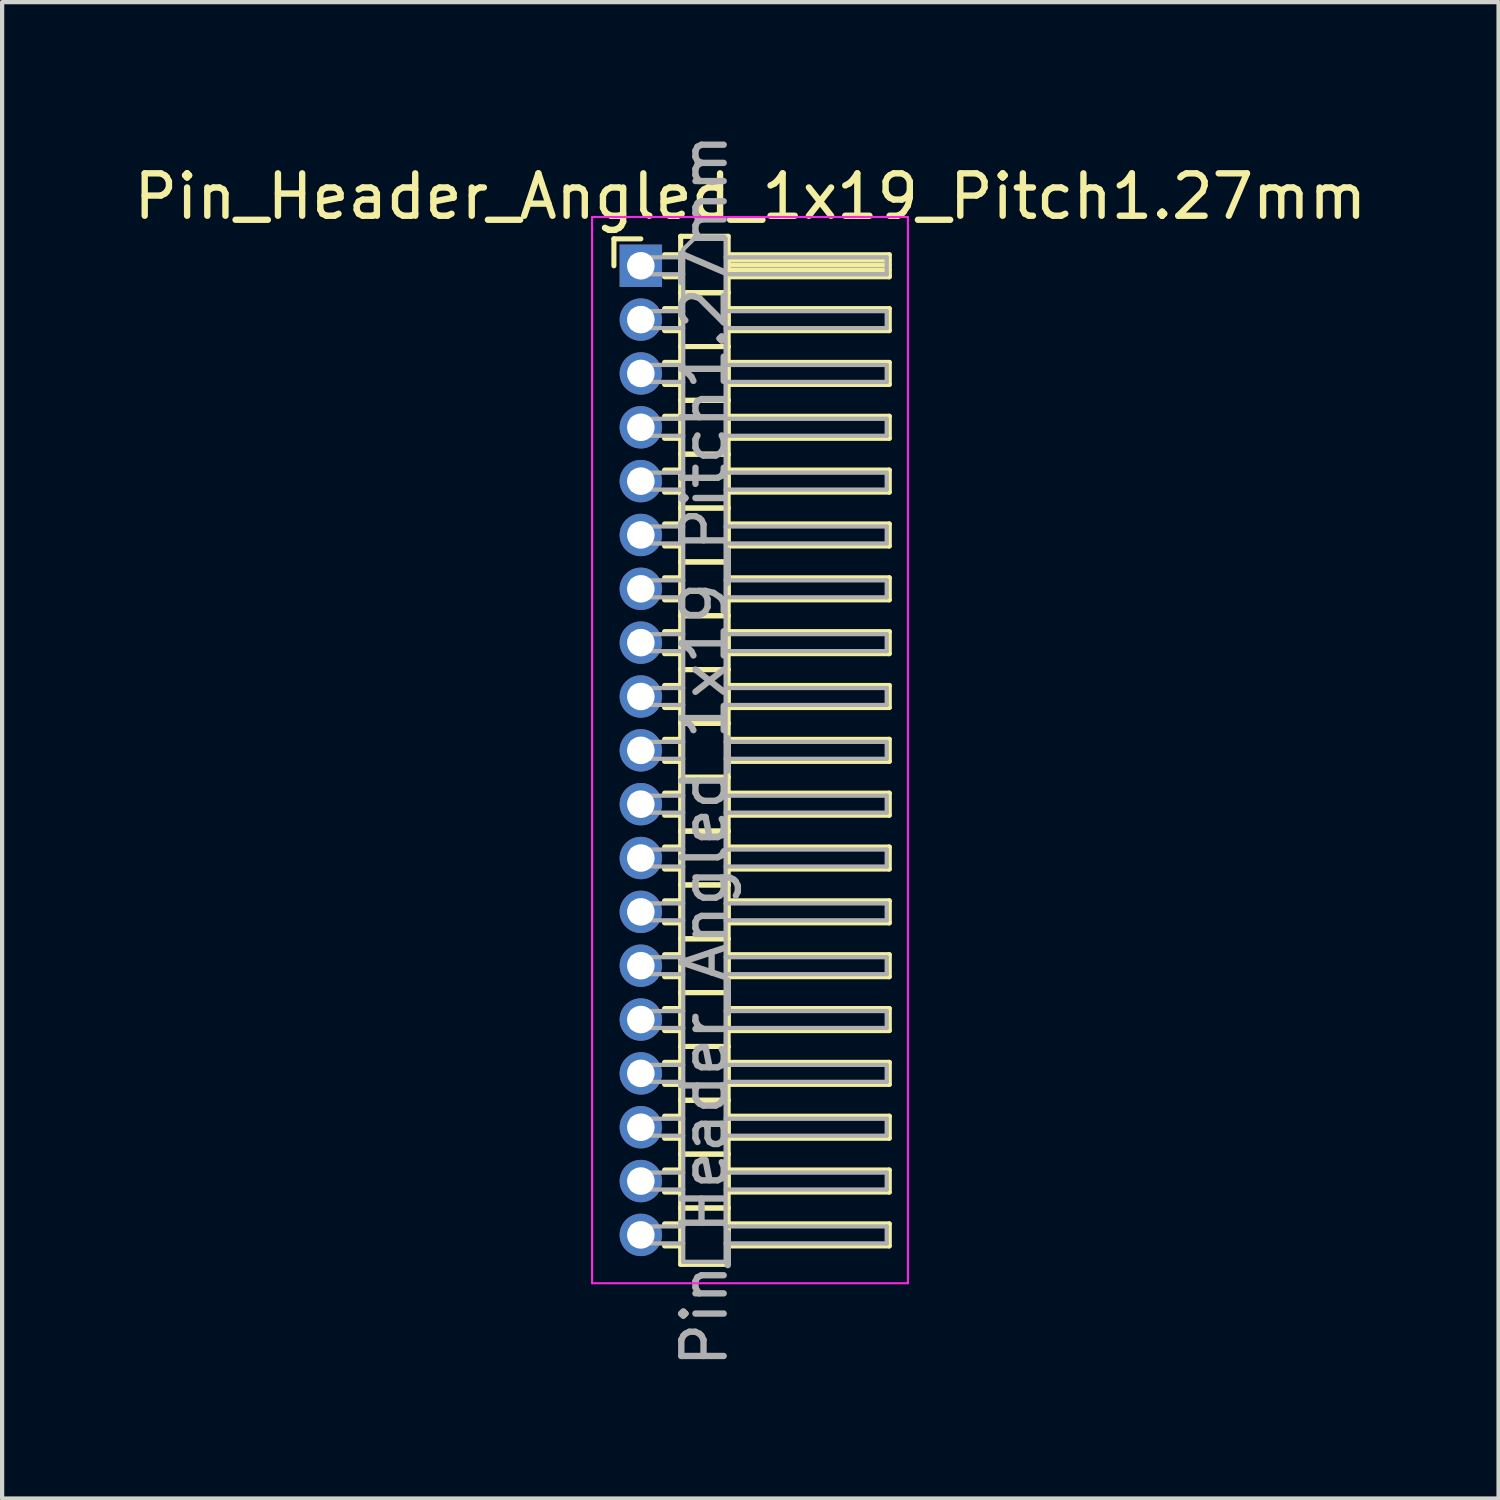
<source format=kicad_pcb>
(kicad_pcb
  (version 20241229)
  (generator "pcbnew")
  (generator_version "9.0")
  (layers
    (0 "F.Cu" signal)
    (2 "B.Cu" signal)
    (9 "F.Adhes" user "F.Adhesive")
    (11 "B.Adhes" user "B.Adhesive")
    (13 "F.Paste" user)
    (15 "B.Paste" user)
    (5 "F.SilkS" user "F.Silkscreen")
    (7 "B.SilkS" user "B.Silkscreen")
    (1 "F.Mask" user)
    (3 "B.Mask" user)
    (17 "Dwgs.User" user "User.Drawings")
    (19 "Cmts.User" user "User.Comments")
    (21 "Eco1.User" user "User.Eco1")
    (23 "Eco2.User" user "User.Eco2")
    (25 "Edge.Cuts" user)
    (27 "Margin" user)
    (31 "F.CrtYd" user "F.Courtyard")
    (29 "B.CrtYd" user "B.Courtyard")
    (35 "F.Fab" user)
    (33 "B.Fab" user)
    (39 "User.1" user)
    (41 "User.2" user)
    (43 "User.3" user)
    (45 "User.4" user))
  (footprint "Pin_Header_Angled_1x19_Pitch1.27mm"
    (layer "F.Cu")
    (at 12.066 3.219)
    (property "Reference" "Pin_Header_Angled_1x19_Pitch1.27mm" (at 2.583 -1.635 0) (layer "F.SilkS") (effects (font (size 1 1) (thickness 0.15))))
    (attr through_hole)
    (fp_line (start -0.635 -0.635) (end 0 -0.635) (stroke (width 0.12) (type solid)) (layer "F.SilkS"))
    (fp_line (start -0.635 0) (end -0.635 -0.635) (stroke (width 0.12) (type solid)) (layer "F.SilkS"))
    (fp_line (start 0.56 -0.26) (end 0.94 -0.26) (stroke (width 0.12) (type solid)) (layer "F.SilkS"))
    (fp_line (start 0.56 0.26) (end 0.94 0.26) (stroke (width 0.12) (type solid)) (layer "F.SilkS"))
    (fp_line (start 0.56 1.01) (end 0.94 1.01) (stroke (width 0.12) (type solid)) (layer "F.SilkS"))
    (fp_line (start 0.56 1.53) (end 0.94 1.53) (stroke (width 0.12) (type solid)) (layer "F.SilkS"))
    (fp_line (start 0.56 2.28) (end 0.94 2.28) (stroke (width 0.12) (type solid)) (layer "F.SilkS"))
    (fp_line (start 0.56 2.8) (end 0.94 2.8) (stroke (width 0.12) (type solid)) (layer "F.SilkS"))
    (fp_line (start 0.56 3.55) (end 0.94 3.55) (stroke (width 0.12) (type solid)) (layer "F.SilkS"))
    (fp_line (start 0.56 4.07) (end 0.94 4.07) (stroke (width 0.12) (type solid)) (layer "F.SilkS"))
    (fp_line (start 0.56 4.82) (end 0.94 4.82) (stroke (width 0.12) (type solid)) (layer "F.SilkS"))
    (fp_line (start 0.56 5.34) (end 0.94 5.34) (stroke (width 0.12) (type solid)) (layer "F.SilkS"))
    (fp_line (start 0.56 6.09) (end 0.94 6.09) (stroke (width 0.12) (type solid)) (layer "F.SilkS"))
    (fp_line (start 0.56 6.61) (end 0.94 6.61) (stroke (width 0.12) (type solid)) (layer "F.SilkS"))
    (fp_line (start 0.56 7.36) (end 0.94 7.36) (stroke (width 0.12) (type solid)) (layer "F.SilkS"))
    (fp_line (start 0.56 7.88) (end 0.94 7.88) (stroke (width 0.12) (type solid)) (layer "F.SilkS"))
    (fp_line (start 0.56 8.63) (end 0.94 8.63) (stroke (width 0.12) (type solid)) (layer "F.SilkS"))
    (fp_line (start 0.56 9.15) (end 0.94 9.15) (stroke (width 0.12) (type solid)) (layer "F.SilkS"))
    (fp_line (start 0.56 9.9) (end 0.94 9.9) (stroke (width 0.12) (type solid)) (layer "F.SilkS"))
    (fp_line (start 0.56 10.42) (end 0.94 10.42) (stroke (width 0.12) (type solid)) (layer "F.SilkS"))
    (fp_line (start 0.56 11.17) (end 0.94 11.17) (stroke (width 0.12) (type solid)) (layer "F.SilkS"))
    (fp_line (start 0.56 11.69) (end 0.94 11.69) (stroke (width 0.12) (type solid)) (layer "F.SilkS"))
    (fp_line (start 0.56 12.44) (end 0.94 12.44) (stroke (width 0.12) (type solid)) (layer "F.SilkS"))
    (fp_line (start 0.56 12.96) (end 0.94 12.96) (stroke (width 0.12) (type solid)) (layer "F.SilkS"))
    (fp_line (start 0.56 13.71) (end 0.94 13.71) (stroke (width 0.12) (type solid)) (layer "F.SilkS"))
    (fp_line (start 0.56 14.23) (end 0.94 14.23) (stroke (width 0.12) (type solid)) (layer "F.SilkS"))
    (fp_line (start 0.56 14.98) (end 0.94 14.98) (stroke (width 0.12) (type solid)) (layer "F.SilkS"))
    (fp_line (start 0.56 15.5) (end 0.94 15.5) (stroke (width 0.12) (type solid)) (layer "F.SilkS"))
    (fp_line (start 0.56 16.25) (end 0.94 16.25) (stroke (width 0.12) (type solid)) (layer "F.SilkS"))
    (fp_line (start 0.56 16.77) (end 0.94 16.77) (stroke (width 0.12) (type solid)) (layer "F.SilkS"))
    (fp_line (start 0.56 17.52) (end 0.94 17.52) (stroke (width 0.12) (type solid)) (layer "F.SilkS"))
    (fp_line (start 0.56 18.04) (end 0.94 18.04) (stroke (width 0.12) (type solid)) (layer "F.SilkS"))
    (fp_line (start 0.56 18.79) (end 0.94 18.79) (stroke (width 0.12) (type solid)) (layer "F.SilkS"))
    (fp_line (start 0.56 19.31) (end 0.94 19.31) (stroke (width 0.12) (type solid)) (layer "F.SilkS"))
    (fp_line (start 0.56 20.06) (end 0.94 20.06) (stroke (width 0.12) (type solid)) (layer "F.SilkS"))
    (fp_line (start 0.56 20.58) (end 0.94 20.58) (stroke (width 0.12) (type solid)) (layer "F.SilkS"))
    (fp_line (start 0.56 21.33) (end 0.94 21.33) (stroke (width 0.12) (type solid)) (layer "F.SilkS"))
    (fp_line (start 0.56 21.85) (end 0.94 21.85) (stroke (width 0.12) (type solid)) (layer "F.SilkS"))
    (fp_line (start 0.56 22.6) (end 0.94 22.6) (stroke (width 0.12) (type solid)) (layer "F.SilkS"))
    (fp_line (start 0.56 23.12) (end 0.94 23.12) (stroke (width 0.12) (type solid)) (layer "F.SilkS"))
    (fp_line (start 0.94 -0.695) (end 0.94 0.635) (stroke (width 0.12) (type solid)) (layer "F.SilkS"))
    (fp_line (start 0.94 0.635) (end 0.94 1.905) (stroke (width 0.12) (type solid)) (layer "F.SilkS"))
    (fp_line (start 0.94 0.635) (end 2.06 0.635) (stroke (width 0.12) (type solid)) (layer "F.SilkS"))
    (fp_line (start 0.94 1.905) (end 0.94 3.175) (stroke (width 0.12) (type solid)) (layer "F.SilkS"))
    (fp_line (start 0.94 1.905) (end 2.06 1.905) (stroke (width 0.12) (type solid)) (layer "F.SilkS"))
    (fp_line (start 0.94 3.175) (end 0.94 4.445) (stroke (width 0.12) (type solid)) (layer "F.SilkS"))
    (fp_line (start 0.94 3.175) (end 2.06 3.175) (stroke (width 0.12) (type solid)) (layer "F.SilkS"))
    (fp_line (start 0.94 4.445) (end 0.94 5.715) (stroke (width 0.12) (type solid)) (layer "F.SilkS"))
    (fp_line (start 0.94 4.445) (end 2.06 4.445) (stroke (width 0.12) (type solid)) (layer "F.SilkS"))
    (fp_line (start 0.94 5.715) (end 0.94 6.985) (stroke (width 0.12) (type solid)) (layer "F.SilkS"))
    (fp_line (start 0.94 5.715) (end 2.06 5.715) (stroke (width 0.12) (type solid)) (layer "F.SilkS"))
    (fp_line (start 0.94 6.985) (end 0.94 8.255) (stroke (width 0.12) (type solid)) (layer "F.SilkS"))
    (fp_line (start 0.94 6.985) (end 2.06 6.985) (stroke (width 0.12) (type solid)) (layer "F.SilkS"))
    (fp_line (start 0.94 8.255) (end 0.94 9.525) (stroke (width 0.12) (type solid)) (layer "F.SilkS"))
    (fp_line (start 0.94 8.255) (end 2.06 8.255) (stroke (width 0.12) (type solid)) (layer "F.SilkS"))
    (fp_line (start 0.94 9.525) (end 0.94 10.795) (stroke (width 0.12) (type solid)) (layer "F.SilkS"))
    (fp_line (start 0.94 9.525) (end 2.06 9.525) (stroke (width 0.12) (type solid)) (layer "F.SilkS"))
    (fp_line (start 0.94 10.795) (end 0.94 12.065) (stroke (width 0.12) (type solid)) (layer "F.SilkS"))
    (fp_line (start 0.94 10.795) (end 2.06 10.795) (stroke (width 0.12) (type solid)) (layer "F.SilkS"))
    (fp_line (start 0.94 12.065) (end 0.94 13.335) (stroke (width 0.12) (type solid)) (layer "F.SilkS"))
    (fp_line (start 0.94 12.065) (end 2.06 12.065) (stroke (width 0.12) (type solid)) (layer "F.SilkS"))
    (fp_line (start 0.94 13.335) (end 0.94 14.605) (stroke (width 0.12) (type solid)) (layer "F.SilkS"))
    (fp_line (start 0.94 13.335) (end 2.06 13.335) (stroke (width 0.12) (type solid)) (layer "F.SilkS"))
    (fp_line (start 0.94 14.605) (end 0.94 15.875) (stroke (width 0.12) (type solid)) (layer "F.SilkS"))
    (fp_line (start 0.94 14.605) (end 2.06 14.605) (stroke (width 0.12) (type solid)) (layer "F.SilkS"))
    (fp_line (start 0.94 15.875) (end 0.94 17.145) (stroke (width 0.12) (type solid)) (layer "F.SilkS"))
    (fp_line (start 0.94 15.875) (end 2.06 15.875) (stroke (width 0.12) (type solid)) (layer "F.SilkS"))
    (fp_line (start 0.94 17.145) (end 0.94 18.415) (stroke (width 0.12) (type solid)) (layer "F.SilkS"))
    (fp_line (start 0.94 17.145) (end 2.06 17.145) (stroke (width 0.12) (type solid)) (layer "F.SilkS"))
    (fp_line (start 0.94 18.415) (end 0.94 19.685) (stroke (width 0.12) (type solid)) (layer "F.SilkS"))
    (fp_line (start 0.94 18.415) (end 2.06 18.415) (stroke (width 0.12) (type solid)) (layer "F.SilkS"))
    (fp_line (start 0.94 19.685) (end 0.94 20.955) (stroke (width 0.12) (type solid)) (layer "F.SilkS"))
    (fp_line (start 0.94 19.685) (end 2.06 19.685) (stroke (width 0.12) (type solid)) (layer "F.SilkS"))
    (fp_line (start 0.94 20.955) (end 0.94 22.225) (stroke (width 0.12) (type solid)) (layer "F.SilkS"))
    (fp_line (start 0.94 20.955) (end 2.06 20.955) (stroke (width 0.12) (type solid)) (layer "F.SilkS"))
    (fp_line (start 0.94 22.225) (end 0.94 23.555) (stroke (width 0.12) (type solid)) (layer "F.SilkS"))
    (fp_line (start 0.94 22.225) (end 2.06 22.225) (stroke (width 0.12) (type solid)) (layer "F.SilkS"))
    (fp_line (start 0.94 23.555) (end 2.06 23.555) (stroke (width 0.12) (type solid)) (layer "F.SilkS"))
    (fp_line (start 2.06 -0.695) (end 0.94 -0.695) (stroke (width 0.12) (type solid)) (layer "F.SilkS"))
    (fp_line (start 2.06 -0.26) (end 2.06 0.26) (stroke (width 0.12) (type solid)) (layer "F.SilkS"))
    (fp_line (start 2.06 -0.14) (end 5.86 -0.14) (stroke (width 0.12) (type solid)) (layer "F.SilkS"))
    (fp_line (start 2.06 -0.02) (end 5.86 -0.02) (stroke (width 0.12) (type solid)) (layer "F.SilkS"))
    (fp_line (start 2.06 0.1) (end 5.86 0.1) (stroke (width 0.12) (type solid)) (layer "F.SilkS"))
    (fp_line (start 2.06 0.22) (end 5.86 0.22) (stroke (width 0.12) (type solid)) (layer "F.SilkS"))
    (fp_line (start 2.06 0.26) (end 5.86 0.26) (stroke (width 0.12) (type solid)) (layer "F.SilkS"))
    (fp_line (start 2.06 0.635) (end 0.94 0.635) (stroke (width 0.12) (type solid)) (layer "F.SilkS"))
    (fp_line (start 2.06 0.635) (end 2.06 -0.695) (stroke (width 0.12) (type solid)) (layer "F.SilkS"))
    (fp_line (start 2.06 1.01) (end 2.06 1.53) (stroke (width 0.12) (type solid)) (layer "F.SilkS"))
    (fp_line (start 2.06 1.53) (end 5.86 1.53) (stroke (width 0.12) (type solid)) (layer "F.SilkS"))
    (fp_line (start 2.06 1.905) (end 0.94 1.905) (stroke (width 0.12) (type solid)) (layer "F.SilkS"))
    (fp_line (start 2.06 1.905) (end 2.06 0.635) (stroke (width 0.12) (type solid)) (layer "F.SilkS"))
    (fp_line (start 2.06 2.28) (end 2.06 2.8) (stroke (width 0.12) (type solid)) (layer "F.SilkS"))
    (fp_line (start 2.06 2.8) (end 5.86 2.8) (stroke (width 0.12) (type solid)) (layer "F.SilkS"))
    (fp_line (start 2.06 3.175) (end 0.94 3.175) (stroke (width 0.12) (type solid)) (layer "F.SilkS"))
    (fp_line (start 2.06 3.175) (end 2.06 1.905) (stroke (width 0.12) (type solid)) (layer "F.SilkS"))
    (fp_line (start 2.06 3.55) (end 2.06 4.07) (stroke (width 0.12) (type solid)) (layer "F.SilkS"))
    (fp_line (start 2.06 4.07) (end 5.86 4.07) (stroke (width 0.12) (type solid)) (layer "F.SilkS"))
    (fp_line (start 2.06 4.445) (end 0.94 4.445) (stroke (width 0.12) (type solid)) (layer "F.SilkS"))
    (fp_line (start 2.06 4.445) (end 2.06 3.175) (stroke (width 0.12) (type solid)) (layer "F.SilkS"))
    (fp_line (start 2.06 4.82) (end 2.06 5.34) (stroke (width 0.12) (type solid)) (layer "F.SilkS"))
    (fp_line (start 2.06 5.34) (end 5.86 5.34) (stroke (width 0.12) (type solid)) (layer "F.SilkS"))
    (fp_line (start 2.06 5.715) (end 0.94 5.715) (stroke (width 0.12) (type solid)) (layer "F.SilkS"))
    (fp_line (start 2.06 5.715) (end 2.06 4.445) (stroke (width 0.12) (type solid)) (layer "F.SilkS"))
    (fp_line (start 2.06 6.09) (end 2.06 6.61) (stroke (width 0.12) (type solid)) (layer "F.SilkS"))
    (fp_line (start 2.06 6.61) (end 5.86 6.61) (stroke (width 0.12) (type solid)) (layer "F.SilkS"))
    (fp_line (start 2.06 6.985) (end 0.94 6.985) (stroke (width 0.12) (type solid)) (layer "F.SilkS"))
    (fp_line (start 2.06 6.985) (end 2.06 5.715) (stroke (width 0.12) (type solid)) (layer "F.SilkS"))
    (fp_line (start 2.06 7.36) (end 2.06 7.88) (stroke (width 0.12) (type solid)) (layer "F.SilkS"))
    (fp_line (start 2.06 7.88) (end 5.86 7.88) (stroke (width 0.12) (type solid)) (layer "F.SilkS"))
    (fp_line (start 2.06 8.255) (end 0.94 8.255) (stroke (width 0.12) (type solid)) (layer "F.SilkS"))
    (fp_line (start 2.06 8.255) (end 2.06 6.985) (stroke (width 0.12) (type solid)) (layer "F.SilkS"))
    (fp_line (start 2.06 8.63) (end 2.06 9.15) (stroke (width 0.12) (type solid)) (layer "F.SilkS"))
    (fp_line (start 2.06 9.15) (end 5.86 9.15) (stroke (width 0.12) (type solid)) (layer "F.SilkS"))
    (fp_line (start 2.06 9.525) (end 0.94 9.525) (stroke (width 0.12) (type solid)) (layer "F.SilkS"))
    (fp_line (start 2.06 9.525) (end 2.06 8.255) (stroke (width 0.12) (type solid)) (layer "F.SilkS"))
    (fp_line (start 2.06 9.9) (end 2.06 10.42) (stroke (width 0.12) (type solid)) (layer "F.SilkS"))
    (fp_line (start 2.06 10.42) (end 5.86 10.42) (stroke (width 0.12) (type solid)) (layer "F.SilkS"))
    (fp_line (start 2.06 10.795) (end 0.94 10.795) (stroke (width 0.12) (type solid)) (layer "F.SilkS"))
    (fp_line (start 2.06 10.795) (end 2.06 9.525) (stroke (width 0.12) (type solid)) (layer "F.SilkS"))
    (fp_line (start 2.06 11.17) (end 2.06 11.69) (stroke (width 0.12) (type solid)) (layer "F.SilkS"))
    (fp_line (start 2.06 11.69) (end 5.86 11.69) (stroke (width 0.12) (type solid)) (layer "F.SilkS"))
    (fp_line (start 2.06 12.065) (end 0.94 12.065) (stroke (width 0.12) (type solid)) (layer "F.SilkS"))
    (fp_line (start 2.06 12.065) (end 2.06 10.795) (stroke (width 0.12) (type solid)) (layer "F.SilkS"))
    (fp_line (start 2.06 12.44) (end 2.06 12.96) (stroke (width 0.12) (type solid)) (layer "F.SilkS"))
    (fp_line (start 2.06 12.96) (end 5.86 12.96) (stroke (width 0.12) (type solid)) (layer "F.SilkS"))
    (fp_line (start 2.06 13.335) (end 0.94 13.335) (stroke (width 0.12) (type solid)) (layer "F.SilkS"))
    (fp_line (start 2.06 13.335) (end 2.06 12.065) (stroke (width 0.12) (type solid)) (layer "F.SilkS"))
    (fp_line (start 2.06 13.71) (end 2.06 14.23) (stroke (width 0.12) (type solid)) (layer "F.SilkS"))
    (fp_line (start 2.06 14.23) (end 5.86 14.23) (stroke (width 0.12) (type solid)) (layer "F.SilkS"))
    (fp_line (start 2.06 14.605) (end 0.94 14.605) (stroke (width 0.12) (type solid)) (layer "F.SilkS"))
    (fp_line (start 2.06 14.605) (end 2.06 13.335) (stroke (width 0.12) (type solid)) (layer "F.SilkS"))
    (fp_line (start 2.06 14.98) (end 2.06 15.5) (stroke (width 0.12) (type solid)) (layer "F.SilkS"))
    (fp_line (start 2.06 15.5) (end 5.86 15.5) (stroke (width 0.12) (type solid)) (layer "F.SilkS"))
    (fp_line (start 2.06 15.875) (end 0.94 15.875) (stroke (width 0.12) (type solid)) (layer "F.SilkS"))
    (fp_line (start 2.06 15.875) (end 2.06 14.605) (stroke (width 0.12) (type solid)) (layer "F.SilkS"))
    (fp_line (start 2.06 16.25) (end 2.06 16.77) (stroke (width 0.12) (type solid)) (layer "F.SilkS"))
    (fp_line (start 2.06 16.77) (end 5.86 16.77) (stroke (width 0.12) (type solid)) (layer "F.SilkS"))
    (fp_line (start 2.06 17.145) (end 0.94 17.145) (stroke (width 0.12) (type solid)) (layer "F.SilkS"))
    (fp_line (start 2.06 17.145) (end 2.06 15.875) (stroke (width 0.12) (type solid)) (layer "F.SilkS"))
    (fp_line (start 2.06 17.52) (end 2.06 18.04) (stroke (width 0.12) (type solid)) (layer "F.SilkS"))
    (fp_line (start 2.06 18.04) (end 5.86 18.04) (stroke (width 0.12) (type solid)) (layer "F.SilkS"))
    (fp_line (start 2.06 18.415) (end 0.94 18.415) (stroke (width 0.12) (type solid)) (layer "F.SilkS"))
    (fp_line (start 2.06 18.415) (end 2.06 17.145) (stroke (width 0.12) (type solid)) (layer "F.SilkS"))
    (fp_line (start 2.06 18.79) (end 2.06 19.31) (stroke (width 0.12) (type solid)) (layer "F.SilkS"))
    (fp_line (start 2.06 19.31) (end 5.86 19.31) (stroke (width 0.12) (type solid)) (layer "F.SilkS"))
    (fp_line (start 2.06 19.685) (end 0.94 19.685) (stroke (width 0.12) (type solid)) (layer "F.SilkS"))
    (fp_line (start 2.06 19.685) (end 2.06 18.415) (stroke (width 0.12) (type solid)) (layer "F.SilkS"))
    (fp_line (start 2.06 20.06) (end 2.06 20.58) (stroke (width 0.12) (type solid)) (layer "F.SilkS"))
    (fp_line (start 2.06 20.58) (end 5.86 20.58) (stroke (width 0.12) (type solid)) (layer "F.SilkS"))
    (fp_line (start 2.06 20.955) (end 0.94 20.955) (stroke (width 0.12) (type solid)) (layer "F.SilkS"))
    (fp_line (start 2.06 20.955) (end 2.06 19.685) (stroke (width 0.12) (type solid)) (layer "F.SilkS"))
    (fp_line (start 2.06 21.33) (end 2.06 21.85) (stroke (width 0.12) (type solid)) (layer "F.SilkS"))
    (fp_line (start 2.06 21.85) (end 5.86 21.85) (stroke (width 0.12) (type solid)) (layer "F.SilkS"))
    (fp_line (start 2.06 22.225) (end 0.94 22.225) (stroke (width 0.12) (type solid)) (layer "F.SilkS"))
    (fp_line (start 2.06 22.225) (end 2.06 20.955) (stroke (width 0.12) (type solid)) (layer "F.SilkS"))
    (fp_line (start 2.06 22.6) (end 2.06 23.12) (stroke (width 0.12) (type solid)) (layer "F.SilkS"))
    (fp_line (start 2.06 23.12) (end 5.86 23.12) (stroke (width 0.12) (type solid)) (layer "F.SilkS"))
    (fp_line (start 2.06 23.555) (end 2.06 22.225) (stroke (width 0.12) (type solid)) (layer "F.SilkS"))
    (fp_line (start 5.86 -0.26) (end 2.06 -0.26) (stroke (width 0.12) (type solid)) (layer "F.SilkS"))
    (fp_line (start 5.86 0.26) (end 5.86 -0.26) (stroke (width 0.12) (type solid)) (layer "F.SilkS"))
    (fp_line (start 5.86 1.01) (end 2.06 1.01) (stroke (width 0.12) (type solid)) (layer "F.SilkS"))
    (fp_line (start 5.86 1.53) (end 5.86 1.01) (stroke (width 0.12) (type solid)) (layer "F.SilkS"))
    (fp_line (start 5.86 2.28) (end 2.06 2.28) (stroke (width 0.12) (type solid)) (layer "F.SilkS"))
    (fp_line (start 5.86 2.8) (end 5.86 2.28) (stroke (width 0.12) (type solid)) (layer "F.SilkS"))
    (fp_line (start 5.86 3.55) (end 2.06 3.55) (stroke (width 0.12) (type solid)) (layer "F.SilkS"))
    (fp_line (start 5.86 4.07) (end 5.86 3.55) (stroke (width 0.12) (type solid)) (layer "F.SilkS"))
    (fp_line (start 5.86 4.82) (end 2.06 4.82) (stroke (width 0.12) (type solid)) (layer "F.SilkS"))
    (fp_line (start 5.86 5.34) (end 5.86 4.82) (stroke (width 0.12) (type solid)) (layer "F.SilkS"))
    (fp_line (start 5.86 6.09) (end 2.06 6.09) (stroke (width 0.12) (type solid)) (layer "F.SilkS"))
    (fp_line (start 5.86 6.61) (end 5.86 6.09) (stroke (width 0.12) (type solid)) (layer "F.SilkS"))
    (fp_line (start 5.86 7.36) (end 2.06 7.36) (stroke (width 0.12) (type solid)) (layer "F.SilkS"))
    (fp_line (start 5.86 7.88) (end 5.86 7.36) (stroke (width 0.12) (type solid)) (layer "F.SilkS"))
    (fp_line (start 5.86 8.63) (end 2.06 8.63) (stroke (width 0.12) (type solid)) (layer "F.SilkS"))
    (fp_line (start 5.86 9.15) (end 5.86 8.63) (stroke (width 0.12) (type solid)) (layer "F.SilkS"))
    (fp_line (start 5.86 9.9) (end 2.06 9.9) (stroke (width 0.12) (type solid)) (layer "F.SilkS"))
    (fp_line (start 5.86 10.42) (end 5.86 9.9) (stroke (width 0.12) (type solid)) (layer "F.SilkS"))
    (fp_line (start 5.86 11.17) (end 2.06 11.17) (stroke (width 0.12) (type solid)) (layer "F.SilkS"))
    (fp_line (start 5.86 11.69) (end 5.86 11.17) (stroke (width 0.12) (type solid)) (layer "F.SilkS"))
    (fp_line (start 5.86 12.44) (end 2.06 12.44) (stroke (width 0.12) (type solid)) (layer "F.SilkS"))
    (fp_line (start 5.86 12.96) (end 5.86 12.44) (stroke (width 0.12) (type solid)) (layer "F.SilkS"))
    (fp_line (start 5.86 13.71) (end 2.06 13.71) (stroke (width 0.12) (type solid)) (layer "F.SilkS"))
    (fp_line (start 5.86 14.23) (end 5.86 13.71) (stroke (width 0.12) (type solid)) (layer "F.SilkS"))
    (fp_line (start 5.86 14.98) (end 2.06 14.98) (stroke (width 0.12) (type solid)) (layer "F.SilkS"))
    (fp_line (start 5.86 15.5) (end 5.86 14.98) (stroke (width 0.12) (type solid)) (layer "F.SilkS"))
    (fp_line (start 5.86 16.25) (end 2.06 16.25) (stroke (width 0.12) (type solid)) (layer "F.SilkS"))
    (fp_line (start 5.86 16.77) (end 5.86 16.25) (stroke (width 0.12) (type solid)) (layer "F.SilkS"))
    (fp_line (start 5.86 17.52) (end 2.06 17.52) (stroke (width 0.12) (type solid)) (layer "F.SilkS"))
    (fp_line (start 5.86 18.04) (end 5.86 17.52) (stroke (width 0.12) (type solid)) (layer "F.SilkS"))
    (fp_line (start 5.86 18.79) (end 2.06 18.79) (stroke (width 0.12) (type solid)) (layer "F.SilkS"))
    (fp_line (start 5.86 19.31) (end 5.86 18.79) (stroke (width 0.12) (type solid)) (layer "F.SilkS"))
    (fp_line (start 5.86 20.06) (end 2.06 20.06) (stroke (width 0.12) (type solid)) (layer "F.SilkS"))
    (fp_line (start 5.86 20.58) (end 5.86 20.06) (stroke (width 0.12) (type solid)) (layer "F.SilkS"))
    (fp_line (start 5.86 21.33) (end 2.06 21.33) (stroke (width 0.12) (type solid)) (layer "F.SilkS"))
    (fp_line (start 5.86 21.85) (end 5.86 21.33) (stroke (width 0.12) (type solid)) (layer "F.SilkS"))
    (fp_line (start 5.86 22.6) (end 2.06 22.6) (stroke (width 0.12) (type solid)) (layer "F.SilkS"))
    (fp_line (start 5.86 23.12) (end 5.86 22.6) (stroke (width 0.12) (type solid)) (layer "F.SilkS"))
    (fp_line (start -1.15 -1.15) (end -1.15 24) (stroke (width 0.05) (type solid)) (layer "F.CrtYd"))
    (fp_line (start -1.15 24) (end 6.3 24) (stroke (width 0.05) (type solid)) (layer "F.CrtYd"))
    (fp_line (start 6.3 -1.15) (end -1.15 -1.15) (stroke (width 0.05) (type solid)) (layer "F.CrtYd"))
    (fp_line (start 6.3 24) (end 6.3 -1.15) (stroke (width 0.05) (type solid)) (layer "F.CrtYd"))
    (fp_line (start -0.2 -0.2) (end -0.2 0.2) (stroke (width 0.1) (type solid)) (layer "F.Fab"))
    (fp_line (start -0.2 -0.2) (end 1 -0.2) (stroke (width 0.1) (type solid)) (layer "F.Fab"))
    (fp_line (start -0.2 0.2) (end 1 0.2) (stroke (width 0.1) (type solid)) (layer "F.Fab"))
    (fp_line (start -0.2 1.07) (end -0.2 1.47) (stroke (width 0.1) (type solid)) (layer "F.Fab"))
    (fp_line (start -0.2 1.07) (end 1 1.07) (stroke (width 0.1) (type solid)) (layer "F.Fab"))
    (fp_line (start -0.2 1.47) (end 1 1.47) (stroke (width 0.1) (type solid)) (layer "F.Fab"))
    (fp_line (start -0.2 2.34) (end -0.2 2.74) (stroke (width 0.1) (type solid)) (layer "F.Fab"))
    (fp_line (start -0.2 2.34) (end 1 2.34) (stroke (width 0.1) (type solid)) (layer "F.Fab"))
    (fp_line (start -0.2 2.74) (end 1 2.74) (stroke (width 0.1) (type solid)) (layer "F.Fab"))
    (fp_line (start -0.2 3.61) (end -0.2 4.01) (stroke (width 0.1) (type solid)) (layer "F.Fab"))
    (fp_line (start -0.2 3.61) (end 1 3.61) (stroke (width 0.1) (type solid)) (layer "F.Fab"))
    (fp_line (start -0.2 4.01) (end 1 4.01) (stroke (width 0.1) (type solid)) (layer "F.Fab"))
    (fp_line (start -0.2 4.88) (end -0.2 5.28) (stroke (width 0.1) (type solid)) (layer "F.Fab"))
    (fp_line (start -0.2 4.88) (end 1 4.88) (stroke (width 0.1) (type solid)) (layer "F.Fab"))
    (fp_line (start -0.2 5.28) (end 1 5.28) (stroke (width 0.1) (type solid)) (layer "F.Fab"))
    (fp_line (start -0.2 6.15) (end -0.2 6.55) (stroke (width 0.1) (type solid)) (layer "F.Fab"))
    (fp_line (start -0.2 6.15) (end 1 6.15) (stroke (width 0.1) (type solid)) (layer "F.Fab"))
    (fp_line (start -0.2 6.55) (end 1 6.55) (stroke (width 0.1) (type solid)) (layer "F.Fab"))
    (fp_line (start -0.2 7.42) (end -0.2 7.82) (stroke (width 0.1) (type solid)) (layer "F.Fab"))
    (fp_line (start -0.2 7.42) (end 1 7.42) (stroke (width 0.1) (type solid)) (layer "F.Fab"))
    (fp_line (start -0.2 7.82) (end 1 7.82) (stroke (width 0.1) (type solid)) (layer "F.Fab"))
    (fp_line (start -0.2 8.69) (end -0.2 9.09) (stroke (width 0.1) (type solid)) (layer "F.Fab"))
    (fp_line (start -0.2 8.69) (end 1 8.69) (stroke (width 0.1) (type solid)) (layer "F.Fab"))
    (fp_line (start -0.2 9.09) (end 1 9.09) (stroke (width 0.1) (type solid)) (layer "F.Fab"))
    (fp_line (start -0.2 9.96) (end -0.2 10.36) (stroke (width 0.1) (type solid)) (layer "F.Fab"))
    (fp_line (start -0.2 9.96) (end 1 9.96) (stroke (width 0.1) (type solid)) (layer "F.Fab"))
    (fp_line (start -0.2 10.36) (end 1 10.36) (stroke (width 0.1) (type solid)) (layer "F.Fab"))
    (fp_line (start -0.2 11.23) (end -0.2 11.63) (stroke (width 0.1) (type solid)) (layer "F.Fab"))
    (fp_line (start -0.2 11.23) (end 1 11.23) (stroke (width 0.1) (type solid)) (layer "F.Fab"))
    (fp_line (start -0.2 11.63) (end 1 11.63) (stroke (width 0.1) (type solid)) (layer "F.Fab"))
    (fp_line (start -0.2 12.5) (end -0.2 12.9) (stroke (width 0.1) (type solid)) (layer "F.Fab"))
    (fp_line (start -0.2 12.5) (end 1 12.5) (stroke (width 0.1) (type solid)) (layer "F.Fab"))
    (fp_line (start -0.2 12.9) (end 1 12.9) (stroke (width 0.1) (type solid)) (layer "F.Fab"))
    (fp_line (start -0.2 13.77) (end -0.2 14.17) (stroke (width 0.1) (type solid)) (layer "F.Fab"))
    (fp_line (start -0.2 13.77) (end 1 13.77) (stroke (width 0.1) (type solid)) (layer "F.Fab"))
    (fp_line (start -0.2 14.17) (end 1 14.17) (stroke (width 0.1) (type solid)) (layer "F.Fab"))
    (fp_line (start -0.2 15.04) (end -0.2 15.44) (stroke (width 0.1) (type solid)) (layer "F.Fab"))
    (fp_line (start -0.2 15.04) (end 1 15.04) (stroke (width 0.1) (type solid)) (layer "F.Fab"))
    (fp_line (start -0.2 15.44) (end 1 15.44) (stroke (width 0.1) (type solid)) (layer "F.Fab"))
    (fp_line (start -0.2 16.31) (end -0.2 16.71) (stroke (width 0.1) (type solid)) (layer "F.Fab"))
    (fp_line (start -0.2 16.31) (end 1 16.31) (stroke (width 0.1) (type solid)) (layer "F.Fab"))
    (fp_line (start -0.2 16.71) (end 1 16.71) (stroke (width 0.1) (type solid)) (layer "F.Fab"))
    (fp_line (start -0.2 17.58) (end -0.2 17.98) (stroke (width 0.1) (type solid)) (layer "F.Fab"))
    (fp_line (start -0.2 17.58) (end 1 17.58) (stroke (width 0.1) (type solid)) (layer "F.Fab"))
    (fp_line (start -0.2 17.98) (end 1 17.98) (stroke (width 0.1) (type solid)) (layer "F.Fab"))
    (fp_line (start -0.2 18.85) (end -0.2 19.25) (stroke (width 0.1) (type solid)) (layer "F.Fab"))
    (fp_line (start -0.2 18.85) (end 1 18.85) (stroke (width 0.1) (type solid)) (layer "F.Fab"))
    (fp_line (start -0.2 19.25) (end 1 19.25) (stroke (width 0.1) (type solid)) (layer "F.Fab"))
    (fp_line (start -0.2 20.12) (end -0.2 20.52) (stroke (width 0.1) (type solid)) (layer "F.Fab"))
    (fp_line (start -0.2 20.12) (end 1 20.12) (stroke (width 0.1) (type solid)) (layer "F.Fab"))
    (fp_line (start -0.2 20.52) (end 1 20.52) (stroke (width 0.1) (type solid)) (layer "F.Fab"))
    (fp_line (start -0.2 21.39) (end -0.2 21.79) (stroke (width 0.1) (type solid)) (layer "F.Fab"))
    (fp_line (start -0.2 21.39) (end 1 21.39) (stroke (width 0.1) (type solid)) (layer "F.Fab"))
    (fp_line (start -0.2 21.79) (end 1 21.79) (stroke (width 0.1) (type solid)) (layer "F.Fab"))
    (fp_line (start -0.2 22.66) (end -0.2 23.06) (stroke (width 0.1) (type solid)) (layer "F.Fab"))
    (fp_line (start -0.2 22.66) (end 1 22.66) (stroke (width 0.1) (type solid)) (layer "F.Fab"))
    (fp_line (start -0.2 23.06) (end 1 23.06) (stroke (width 0.1) (type solid)) (layer "F.Fab"))
    (fp_line (start 1 -0.385) (end 1.25 -0.635) (stroke (width 0.1) (type solid)) (layer "F.Fab"))
    (fp_line (start 1 23.495) (end 1 -0.385) (stroke (width 0.1) (type solid)) (layer "F.Fab"))
    (fp_line (start 1.25 -0.635) (end 2 -0.635) (stroke (width 0.1) (type solid)) (layer "F.Fab"))
    (fp_line (start 2 -0.635) (end 2 23.495) (stroke (width 0.1) (type solid)) (layer "F.Fab"))
    (fp_line (start 2 -0.2) (end 5.8 -0.2) (stroke (width 0.1) (type solid)) (layer "F.Fab"))
    (fp_line (start 2 0.2) (end 5.8 0.2) (stroke (width 0.1) (type solid)) (layer "F.Fab"))
    (fp_line (start 2 1.07) (end 5.8 1.07) (stroke (width 0.1) (type solid)) (layer "F.Fab"))
    (fp_line (start 2 1.47) (end 5.8 1.47) (stroke (width 0.1) (type solid)) (layer "F.Fab"))
    (fp_line (start 2 2.34) (end 5.8 2.34) (stroke (width 0.1) (type solid)) (layer "F.Fab"))
    (fp_line (start 2 2.74) (end 5.8 2.74) (stroke (width 0.1) (type solid)) (layer "F.Fab"))
    (fp_line (start 2 3.61) (end 5.8 3.61) (stroke (width 0.1) (type solid)) (layer "F.Fab"))
    (fp_line (start 2 4.01) (end 5.8 4.01) (stroke (width 0.1) (type solid)) (layer "F.Fab"))
    (fp_line (start 2 4.88) (end 5.8 4.88) (stroke (width 0.1) (type solid)) (layer "F.Fab"))
    (fp_line (start 2 5.28) (end 5.8 5.28) (stroke (width 0.1) (type solid)) (layer "F.Fab"))
    (fp_line (start 2 6.15) (end 5.8 6.15) (stroke (width 0.1) (type solid)) (layer "F.Fab"))
    (fp_line (start 2 6.55) (end 5.8 6.55) (stroke (width 0.1) (type solid)) (layer "F.Fab"))
    (fp_line (start 2 7.42) (end 5.8 7.42) (stroke (width 0.1) (type solid)) (layer "F.Fab"))
    (fp_line (start 2 7.82) (end 5.8 7.82) (stroke (width 0.1) (type solid)) (layer "F.Fab"))
    (fp_line (start 2 8.69) (end 5.8 8.69) (stroke (width 0.1) (type solid)) (layer "F.Fab"))
    (fp_line (start 2 9.09) (end 5.8 9.09) (stroke (width 0.1) (type solid)) (layer "F.Fab"))
    (fp_line (start 2 9.96) (end 5.8 9.96) (stroke (width 0.1) (type solid)) (layer "F.Fab"))
    (fp_line (start 2 10.36) (end 5.8 10.36) (stroke (width 0.1) (type solid)) (layer "F.Fab"))
    (fp_line (start 2 11.23) (end 5.8 11.23) (stroke (width 0.1) (type solid)) (layer "F.Fab"))
    (fp_line (start 2 11.63) (end 5.8 11.63) (stroke (width 0.1) (type solid)) (layer "F.Fab"))
    (fp_line (start 2 12.5) (end 5.8 12.5) (stroke (width 0.1) (type solid)) (layer "F.Fab"))
    (fp_line (start 2 12.9) (end 5.8 12.9) (stroke (width 0.1) (type solid)) (layer "F.Fab"))
    (fp_line (start 2 13.77) (end 5.8 13.77) (stroke (width 0.1) (type solid)) (layer "F.Fab"))
    (fp_line (start 2 14.17) (end 5.8 14.17) (stroke (width 0.1) (type solid)) (layer "F.Fab"))
    (fp_line (start 2 15.04) (end 5.8 15.04) (stroke (width 0.1) (type solid)) (layer "F.Fab"))
    (fp_line (start 2 15.44) (end 5.8 15.44) (stroke (width 0.1) (type solid)) (layer "F.Fab"))
    (fp_line (start 2 16.31) (end 5.8 16.31) (stroke (width 0.1) (type solid)) (layer "F.Fab"))
    (fp_line (start 2 16.71) (end 5.8 16.71) (stroke (width 0.1) (type solid)) (layer "F.Fab"))
    (fp_line (start 2 17.58) (end 5.8 17.58) (stroke (width 0.1) (type solid)) (layer "F.Fab"))
    (fp_line (start 2 17.98) (end 5.8 17.98) (stroke (width 0.1) (type solid)) (layer "F.Fab"))
    (fp_line (start 2 18.85) (end 5.8 18.85) (stroke (width 0.1) (type solid)) (layer "F.Fab"))
    (fp_line (start 2 19.25) (end 5.8 19.25) (stroke (width 0.1) (type solid)) (layer "F.Fab"))
    (fp_line (start 2 20.12) (end 5.8 20.12) (stroke (width 0.1) (type solid)) (layer "F.Fab"))
    (fp_line (start 2 20.52) (end 5.8 20.52) (stroke (width 0.1) (type solid)) (layer "F.Fab"))
    (fp_line (start 2 21.39) (end 5.8 21.39) (stroke (width 0.1) (type solid)) (layer "F.Fab"))
    (fp_line (start 2 21.79) (end 5.8 21.79) (stroke (width 0.1) (type solid)) (layer "F.Fab"))
    (fp_line (start 2 22.66) (end 5.8 22.66) (stroke (width 0.1) (type solid)) (layer "F.Fab"))
    (fp_line (start 2 23.06) (end 5.8 23.06) (stroke (width 0.1) (type solid)) (layer "F.Fab"))
    (fp_line (start 2 23.495) (end 1 23.495) (stroke (width 0.1) (type solid)) (layer "F.Fab"))
    (fp_line (start 5.8 -0.2) (end 5.8 0.2) (stroke (width 0.1) (type solid)) (layer "F.Fab"))
    (fp_line (start 5.8 1.07) (end 5.8 1.47) (stroke (width 0.1) (type solid)) (layer "F.Fab"))
    (fp_line (start 5.8 2.34) (end 5.8 2.74) (stroke (width 0.1) (type solid)) (layer "F.Fab"))
    (fp_line (start 5.8 3.61) (end 5.8 4.01) (stroke (width 0.1) (type solid)) (layer "F.Fab"))
    (fp_line (start 5.8 4.88) (end 5.8 5.28) (stroke (width 0.1) (type solid)) (layer "F.Fab"))
    (fp_line (start 5.8 6.15) (end 5.8 6.55) (stroke (width 0.1) (type solid)) (layer "F.Fab"))
    (fp_line (start 5.8 7.42) (end 5.8 7.82) (stroke (width 0.1) (type solid)) (layer "F.Fab"))
    (fp_line (start 5.8 8.69) (end 5.8 9.09) (stroke (width 0.1) (type solid)) (layer "F.Fab"))
    (fp_line (start 5.8 9.96) (end 5.8 10.36) (stroke (width 0.1) (type solid)) (layer "F.Fab"))
    (fp_line (start 5.8 11.23) (end 5.8 11.63) (stroke (width 0.1) (type solid)) (layer "F.Fab"))
    (fp_line (start 5.8 12.5) (end 5.8 12.9) (stroke (width 0.1) (type solid)) (layer "F.Fab"))
    (fp_line (start 5.8 13.77) (end 5.8 14.17) (stroke (width 0.1) (type solid)) (layer "F.Fab"))
    (fp_line (start 5.8 15.04) (end 5.8 15.44) (stroke (width 0.1) (type solid)) (layer "F.Fab"))
    (fp_line (start 5.8 16.31) (end 5.8 16.71) (stroke (width 0.1) (type solid)) (layer "F.Fab"))
    (fp_line (start 5.8 17.58) (end 5.8 17.98) (stroke (width 0.1) (type solid)) (layer "F.Fab"))
    (fp_line (start 5.8 18.85) (end 5.8 19.25) (stroke (width 0.1) (type solid)) (layer "F.Fab"))
    (fp_line (start 5.8 20.12) (end 5.8 20.52) (stroke (width 0.1) (type solid)) (layer "F.Fab"))
    (fp_line (start 5.8 21.39) (end 5.8 21.79) (stroke (width 0.1) (type solid)) (layer "F.Fab"))
    (fp_line (start 5.8 22.66) (end 5.8 23.06) (stroke (width 0.1) (type solid)) (layer "F.Fab"))
    (fp_text user "${REFERENCE}" (at 1.5 11.43 90) (layer "F.Fab") (effects (font (size 1 1) (thickness 0.15))))
    (pad "1" thru_hole rect (at 0 0) (size 1 1) (drill 0.65) (layers "*.Cu" "*.Mask"))
    (pad "2" thru_hole oval (at 0 1.27) (size 1 1) (drill 0.65) (layers "*.Cu" "*.Mask"))
    (pad "3" thru_hole oval (at 0 2.54) (size 1 1) (drill 0.65) (layers "*.Cu" "*.Mask"))
    (pad "4" thru_hole oval (at 0 3.81) (size 1 1) (drill 0.65) (layers "*.Cu" "*.Mask"))
    (pad "5" thru_hole oval (at 0 5.08) (size 1 1) (drill 0.65) (layers "*.Cu" "*.Mask"))
    (pad "6" thru_hole oval (at 0 6.35) (size 1 1) (drill 0.65) (layers "*.Cu" "*.Mask"))
    (pad "7" thru_hole oval (at 0 7.62) (size 1 1) (drill 0.65) (layers "*.Cu" "*.Mask"))
    (pad "8" thru_hole oval (at 0 8.89) (size 1 1) (drill 0.65) (layers "*.Cu" "*.Mask"))
    (pad "9" thru_hole oval (at 0 10.16) (size 1 1) (drill 0.65) (layers "*.Cu" "*.Mask"))
    (pad "10" thru_hole oval (at 0 11.43) (size 1 1) (drill 0.65) (layers "*.Cu" "*.Mask"))
    (pad "11" thru_hole oval (at 0 12.7) (size 1 1) (drill 0.65) (layers "*.Cu" "*.Mask"))
    (pad "12" thru_hole oval (at 0 13.97) (size 1 1) (drill 0.65) (layers "*.Cu" "*.Mask"))
    (pad "13" thru_hole oval (at 0 15.24) (size 1 1) (drill 0.65) (layers "*.Cu" "*.Mask"))
    (pad "14" thru_hole oval (at 0 16.51) (size 1 1) (drill 0.65) (layers "*.Cu" "*.Mask"))
    (pad "15" thru_hole oval (at 0 17.78) (size 1 1) (drill 0.65) (layers "*.Cu" "*.Mask"))
    (pad "16" thru_hole oval (at 0 19.05) (size 1 1) (drill 0.65) (layers "*.Cu" "*.Mask"))
    (pad "17" thru_hole oval (at 0 20.32) (size 1 1) (drill 0.65) (layers "*.Cu" "*.Mask"))
    (pad "18" thru_hole oval (at 0 21.59) (size 1 1) (drill 0.65) (layers "*.Cu" "*.Mask"))
    (pad "19" thru_hole oval (at 0 22.86) (size 1 1) (drill 0.65) (layers "*.Cu" "*.Mask")))
  (gr_rect
    (start -3 -3)
    (end 32.298 32.298)
    (stroke (width 0.1) (type default))
    (fill no)
    (layer "Edge.Cuts")))
</source>
